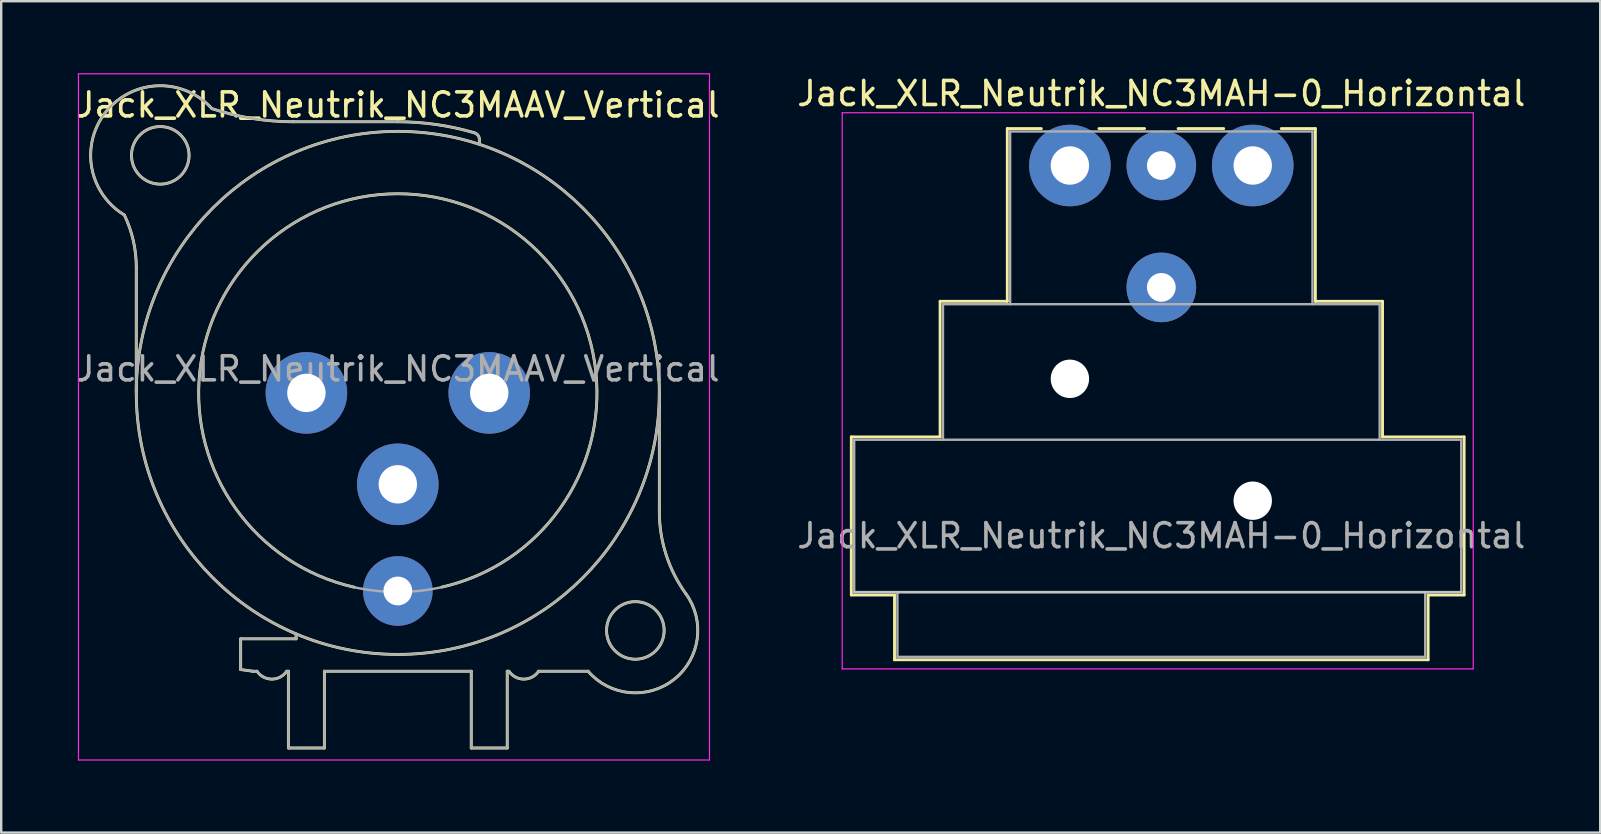
<source format=kicad_pcb>
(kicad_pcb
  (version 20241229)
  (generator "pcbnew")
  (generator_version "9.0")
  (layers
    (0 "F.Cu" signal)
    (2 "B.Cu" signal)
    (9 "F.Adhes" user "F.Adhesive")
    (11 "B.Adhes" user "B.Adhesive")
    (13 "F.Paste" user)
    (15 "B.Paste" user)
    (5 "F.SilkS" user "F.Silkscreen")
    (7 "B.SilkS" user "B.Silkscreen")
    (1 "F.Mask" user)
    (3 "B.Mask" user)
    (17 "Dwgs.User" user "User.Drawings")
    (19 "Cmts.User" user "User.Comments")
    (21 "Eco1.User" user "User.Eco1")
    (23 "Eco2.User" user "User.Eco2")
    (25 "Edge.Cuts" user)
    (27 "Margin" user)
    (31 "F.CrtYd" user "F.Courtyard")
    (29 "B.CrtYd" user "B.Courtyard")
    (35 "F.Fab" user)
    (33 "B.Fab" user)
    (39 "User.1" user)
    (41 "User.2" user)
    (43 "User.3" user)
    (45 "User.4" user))
  (footprint "Jack_XLR_Neutrik_NC3MAH-0_Horizontal"
    (layer "F.Cu")
    (at 41.541 3.848)
    (property "Reference" "Jack_XLR_Neutrik_NC3MAH-0_Horizontal" (at 3.81 -3 0) (layer "F.SilkS") (effects (font (size 1 1) (thickness 0.15))))
    (attr through_hole)
    (fp_line (start -9.11 11.31) (end -5.41 11.31) (stroke (width 0.12) (type solid)) (layer "F.SilkS"))
    (fp_line (start -9.11 17.9) (end -9.11 11.31) (stroke (width 0.12) (type solid)) (layer "F.SilkS"))
    (fp_line (start -7.31 17.9) (end -9.11 17.9) (stroke (width 0.12) (type solid)) (layer "F.SilkS"))
    (fp_line (start -7.31 17.9) (end -7.31 20.6) (stroke (width 0.12) (type solid)) (layer "F.SilkS"))
    (fp_line (start -5.41 11.31) (end -5.41 5.66) (stroke (width 0.12) (type solid)) (layer "F.SilkS"))
    (fp_line (start -2.61 5.66) (end -5.41 5.66) (stroke (width 0.12) (type solid)) (layer "F.SilkS"))
    (fp_line (start -2.61 5.66) (end -2.61 -1.54) (stroke (width 0.12) (type solid)) (layer "F.SilkS"))
    (fp_line (start -1.19 -1.54) (end -2.61 -1.54) (stroke (width 0.12) (type solid)) (layer "F.SilkS"))
    (fp_line (start 3.11 -1.54) (end 1.21 -1.54) (stroke (width 0.12) (type solid)) (layer "F.SilkS"))
    (fp_line (start 4.51 -1.54) (end 6.41 -1.54) (stroke (width 0.12) (type solid)) (layer "F.SilkS"))
    (fp_line (start 10.23 -1.54) (end 8.81 -1.54) (stroke (width 0.12) (type solid)) (layer "F.SilkS"))
    (fp_line (start 10.23 5.66) (end 10.23 -1.54) (stroke (width 0.12) (type solid)) (layer "F.SilkS"))
    (fp_line (start 10.23 5.66) (end 13.03 5.66) (stroke (width 0.12) (type solid)) (layer "F.SilkS"))
    (fp_line (start 13.03 11.31) (end 13.03 5.66) (stroke (width 0.12) (type solid)) (layer "F.SilkS"))
    (fp_line (start 13.03 11.31) (end 16.43 11.31) (stroke (width 0.12) (type solid)) (layer "F.SilkS"))
    (fp_line (start 14.93 17.9) (end 14.93 20.6) (stroke (width 0.12) (type solid)) (layer "F.SilkS"))
    (fp_line (start 14.93 20.6) (end -7.31 20.6) (stroke (width 0.12) (type solid)) (layer "F.SilkS"))
    (fp_line (start 16.43 17.9) (end 14.93 17.9) (stroke (width 0.12) (type solid)) (layer "F.SilkS"))
    (fp_line (start 16.43 17.9) (end 16.43 11.31) (stroke (width 0.12) (type solid)) (layer "F.SilkS"))
    (fp_line (start 16.31 17.78) (end -8.99 17.78) (stroke (width 0.1) (type solid)) (layer "Dwgs.User"))
    (fp_line (start -9.49 20.98) (end -9.49 -2.2) (stroke (width 0.05) (type solid)) (layer "F.CrtYd"))
    (fp_line (start 16.81 -2.2) (end -9.49 -2.2) (stroke (width 0.05) (type solid)) (layer "F.CrtYd"))
    (fp_line (start 16.81 20.98) (end -9.49 20.98) (stroke (width 0.05) (type solid)) (layer "F.CrtYd"))
    (fp_line (start 16.81 20.98) (end 16.81 -2.2) (stroke (width 0.05) (type solid)) (layer "F.CrtYd"))
    (fp_line (start -8.99 11.43) (end 16.31 11.43) (stroke (width 0.1) (type solid)) (layer "F.Fab"))
    (fp_line (start -8.99 17.78) (end -8.99 11.43) (stroke (width 0.1) (type solid)) (layer "F.Fab"))
    (fp_line (start -7.19 20.48) (end -7.19 17.78) (stroke (width 0.1) (type solid)) (layer "F.Fab"))
    (fp_line (start -5.29 5.78) (end -5.29 11.43) (stroke (width 0.1) (type solid)) (layer "F.Fab"))
    (fp_line (start -5.29 5.78) (end 12.91 5.78) (stroke (width 0.1) (type solid)) (layer "F.Fab"))
    (fp_line (start -2.49 5.78) (end -2.49 -1.42) (stroke (width 0.1) (type solid)) (layer "F.Fab"))
    (fp_line (start 10.11 -1.42) (end -2.49 -1.42) (stroke (width 0.1) (type solid)) (layer "F.Fab"))
    (fp_line (start 10.11 5.78) (end 10.11 -1.42) (stroke (width 0.1) (type solid)) (layer "F.Fab"))
    (fp_line (start 12.91 11.43) (end 12.91 5.78) (stroke (width 0.1) (type solid)) (layer "F.Fab"))
    (fp_line (start 14.81 17.78) (end 14.81 20.48) (stroke (width 0.1) (type solid)) (layer "F.Fab"))
    (fp_line (start 14.81 20.48) (end -7.19 20.48) (stroke (width 0.1) (type solid)) (layer "F.Fab"))
    (fp_line (start 16.31 11.43) (end 16.31 17.78) (stroke (width 0.1) (type solid)) (layer "F.Fab"))
    (fp_line (start 16.31 17.78) (end -8.99 17.78) (stroke (width 0.1) (type solid)) (layer "F.Fab"))
    (fp_text user "${REFERENCE}" (at 3.81 15.43 0) (layer "F.Fab") (effects (font (size 1 1) (thickness 0.15))))
    (pad "" np_thru_hole circle (at 0 8.89) (size 1.6 1.6) (drill 1.6) (layers "*.Cu" "*.Mask"))
    (pad "" np_thru_hole circle (at 7.62 13.97) (size 1.6 1.6) (drill 1.6) (layers "*.Cu" "*.Mask"))
    (pad "1" thru_hole circle (at 0 0) (size 3.4 3.4) (drill 1.6) (layers "*.Cu" "*.Mask"))
    (pad "2" thru_hole circle (at 7.62 0) (size 3.4 3.4) (drill 1.6) (layers "*.Cu" "*.Mask"))
    (pad "3" thru_hole circle (at 3.81 0) (size 2.9 2.9) (drill 1.2) (layers "*.Cu" "*.Mask"))
    (pad "G" thru_hole circle (at 3.81 5.08) (size 2.9 2.9) (drill 1.2) (layers "*.Cu" "*.Mask")))
  (footprint "Jack_XLR_Neutrik_NC3MAAV_Vertical"
    (layer "F.Cu")
    (at 9.72 13.325)
    (property "Reference" "Jack_XLR_Neutrik_NC3MAAV_Vertical" (at 3.81 -12 0) (layer "F.SilkS") (effects (font (size 1 1) (thickness 0.15))))
    (attr through_hole)
    (fp_line (start -7.09 -5.24) (end -7.09 0) (stroke (width 0.12) (type solid)) (layer "F.SilkS"))
    (fp_line (start -2.74 11.53) (end -2.74 10.25) (stroke (width 0.12) (type solid)) (layer "F.SilkS"))
    (fp_line (start -2.74 11.53) (end -2.24 11.6) (stroke (width 0.12) (type solid)) (layer "F.SilkS"))
    (fp_line (start -2.24 11.6) (end -2.06 11.6) (stroke (width 0.12) (type solid)) (layer "F.SilkS"))
    (fp_line (start -0.75 11.6) (end -0.82 11.6) (stroke (width 0.12) (type solid)) (layer "F.SilkS"))
    (fp_line (start -0.75 11.6) (end -0.75 14.8) (stroke (width 0.12) (type solid)) (layer "F.SilkS"))
    (fp_line (start -0.43 10.25) (end -2.74 10.25) (stroke (width 0.12) (type solid)) (layer "F.SilkS"))
    (fp_line (start -0.43 10.25) (end -0.43 10.05) (stroke (width 0.12) (type solid)) (layer "F.SilkS"))
    (fp_line (start 0.75 11.6) (end 0.75 14.8) (stroke (width 0.12) (type solid)) (layer "F.SilkS"))
    (fp_line (start 0.75 11.6) (end 6.87 11.6) (stroke (width 0.12) (type solid)) (layer "F.SilkS"))
    (fp_line (start 0.75 14.8) (end -0.75 14.8) (stroke (width 0.12) (type solid)) (layer "F.SilkS"))
    (fp_line (start 3.81 -11.3) (end -0.53 -11.3) (stroke (width 0.12) (type solid)) (layer "F.SilkS"))
    (fp_line (start 6.87 11.6) (end 6.87 14.8) (stroke (width 0.12) (type solid)) (layer "F.SilkS"))
    (fp_line (start 7.21 -10.36) (end 7.21 -10.55) (stroke (width 0.12) (type solid)) (layer "F.SilkS"))
    (fp_line (start 8.37 11.6) (end 8.37 14.8) (stroke (width 0.12) (type solid)) (layer "F.SilkS"))
    (fp_line (start 8.37 11.6) (end 8.44 11.6) (stroke (width 0.12) (type solid)) (layer "F.SilkS"))
    (fp_line (start 8.37 14.8) (end 6.87 14.8) (stroke (width 0.12) (type solid)) (layer "F.SilkS"))
    (fp_line (start 9.68 11.6) (end 11.74 11.6) (stroke (width 0.12) (type solid)) (layer "F.SilkS"))
    (fp_line (start 14.71 4.95) (end 14.71 0) (stroke (width 0.12) (type solid)) (layer "F.SilkS"))
    (fp_arc (start -7.588965 -7.414421) (mid -8.331551 -11.74403) (end -3.94 -11.85) (stroke (width 0.12) (type solid)) (layer "F.SilkS"))
    (fp_arc (start -7.584615 -7.408295) (mid -7.215222 -6.351997) (end -7.09 -5.24) (stroke (width 0.12) (type solid)) (layer "F.SilkS"))
    (fp_arc (start -0.820521 11.600769) (mid -1.440464 11.928866) (end -2.06 11.6) (stroke (width 0.12) (type solid)) (layer "F.SilkS"))
    (fp_arc (start -0.53 -11.3) (mid -2.253923 -11.43719) (end -3.934451 -11.845305) (stroke (width 0.12) (type solid)) (layer "F.SilkS"))
    (fp_arc (start 2 8.1) (mid 3.802206 -8.299761) (end 5.635209 8.096586) (stroke (width 0.12) (type solid)) (layer "F.SilkS"))
    (fp_arc (start 3.81 -11.3) (mid 5.421707 -11.184471) (end 7.000458 -10.840248) (stroke (width 0.12) (type solid)) (layer "F.SilkS"))
    (fp_arc (start 7.004232 -10.837678) (mid 7.156013 -10.728814) (end 7.21 -10.55) (stroke (width 0.12) (type solid)) (layer "F.SilkS"))
    (fp_arc (start 9.679479 11.600769) (mid 9.059536 11.928866) (end 8.44 11.6) (stroke (width 0.12) (type solid)) (layer "F.SilkS"))
    (fp_arc (start 15.815277 8.372002) (mid 14.993173 6.748036) (end 14.71 4.95) (stroke (width 0.12) (type solid)) (layer "F.SilkS"))
    (fp_arc (start 15.815343 8.370807) (mid 15.326014 11.93946) (end 11.74 11.6) (stroke (width 0.12) (type solid)) (layer "F.SilkS"))
    (fp_circle (center -6.09 -9.9) (end -4.89 -9.9) (stroke (width 0.12) (type solid)) (fill no) (layer "F.SilkS"))
    (fp_circle (center 3.81 0) (end 14.71 0) (stroke (width 0.12) (type solid)) (fill no) (layer "F.SilkS"))
    (fp_circle (center 13.71 9.9) (end 14.91 9.9) (stroke (width 0.12) (type solid)) (fill no) (layer "F.SilkS"))
    (fp_line (start -9.5 -13.3) (end 16.8 -13.3) (stroke (width 0.05) (type solid)) (layer "F.CrtYd"))
    (fp_line (start -9.5 15.3) (end -9.5 -13.3) (stroke (width 0.05) (type solid)) (layer "F.CrtYd"))
    (fp_line (start 16.8 -13.3) (end 16.8 15.3) (stroke (width 0.05) (type solid)) (layer "F.CrtYd"))
    (fp_line (start 16.8 15.3) (end -9.5 15.3) (stroke (width 0.05) (type solid)) (layer "F.CrtYd"))
    (fp_line (start -7.09 -5.24) (end -7.09 0) (stroke (width 0.1) (type solid)) (layer "F.Fab"))
    (fp_line (start -2.74 11.53) (end -2.74 10.25) (stroke (width 0.1) (type solid)) (layer "F.Fab"))
    (fp_line (start -2.74 11.53) (end -2.24 11.6) (stroke (width 0.1) (type solid)) (layer "F.Fab"))
    (fp_line (start -2.24 11.6) (end -2.06 11.6) (stroke (width 0.1) (type solid)) (layer "F.Fab"))
    (fp_line (start -0.75 11.6) (end -0.82 11.6) (stroke (width 0.1) (type solid)) (layer "F.Fab"))
    (fp_line (start -0.75 11.6) (end -0.75 14.8) (stroke (width 0.1) (type solid)) (layer "F.Fab"))
    (fp_line (start -0.43 10.25) (end -2.74 10.25) (stroke (width 0.1) (type solid)) (layer "F.Fab"))
    (fp_line (start -0.43 10.25) (end -0.43 10.05) (stroke (width 0.1) (type solid)) (layer "F.Fab"))
    (fp_line (start 0.75 11.6) (end 0.75 14.8) (stroke (width 0.1) (type solid)) (layer "F.Fab"))
    (fp_line (start 0.75 11.6) (end 6.87 11.6) (stroke (width 0.1) (type solid)) (layer "F.Fab"))
    (fp_line (start 0.75 14.8) (end -0.75 14.8) (stroke (width 0.1) (type solid)) (layer "F.Fab"))
    (fp_line (start 3.81 -11.3) (end -0.53 -11.3) (stroke (width 0.1) (type solid)) (layer "F.Fab"))
    (fp_line (start 6.87 11.6) (end 6.87 14.8) (stroke (width 0.1) (type solid)) (layer "F.Fab"))
    (fp_line (start 7.21 -10.36) (end 7.21 -10.55) (stroke (width 0.1) (type solid)) (layer "F.Fab"))
    (fp_line (start 8.37 11.6) (end 8.37 14.8) (stroke (width 0.1) (type solid)) (layer "F.Fab"))
    (fp_line (start 8.37 11.6) (end 8.44 11.6) (stroke (width 0.1) (type solid)) (layer "F.Fab"))
    (fp_line (start 8.37 14.8) (end 6.87 14.8) (stroke (width 0.1) (type solid)) (layer "F.Fab"))
    (fp_line (start 9.68 11.6) (end 11.74 11.6) (stroke (width 0.1) (type solid)) (layer "F.Fab"))
    (fp_line (start 14.71 4.95) (end 14.71 0) (stroke (width 0.1) (type solid)) (layer "F.Fab"))
    (fp_arc (start -7.588965 -7.414421) (mid -8.331551 -11.74403) (end -3.94 -11.85) (stroke (width 0.1) (type solid)) (layer "F.Fab"))
    (fp_arc (start -7.584615 -7.408295) (mid -7.215222 -6.351997) (end -7.09 -5.24) (stroke (width 0.1) (type solid)) (layer "F.Fab"))
    (fp_arc (start -0.820521 11.600769) (mid -1.440464 11.928866) (end -2.06 11.6) (stroke (width 0.1) (type solid)) (layer "F.Fab"))
    (fp_arc (start -0.53 -11.3) (mid -2.253923 -11.43719) (end -3.934451 -11.845305) (stroke (width 0.1) (type solid)) (layer "F.Fab"))
    (fp_arc (start 3.81 -11.3) (mid 5.421707 -11.184471) (end 7.000458 -10.840248) (stroke (width 0.1) (type solid)) (layer "F.Fab"))
    (fp_arc (start 7.004232 -10.837678) (mid 7.156013 -10.728814) (end 7.21 -10.55) (stroke (width 0.1) (type solid)) (layer "F.Fab"))
    (fp_arc (start 9.679479 11.600769) (mid 9.059536 11.928866) (end 8.44 11.6) (stroke (width 0.1) (type solid)) (layer "F.Fab"))
    (fp_arc (start 15.815277 8.372002) (mid 14.993173 6.748036) (end 14.71 4.95) (stroke (width 0.1) (type solid)) (layer "F.Fab"))
    (fp_arc (start 15.815343 8.370807) (mid 15.326014 11.93946) (end 11.74 11.6) (stroke (width 0.1) (type solid)) (layer "F.Fab"))
    (fp_circle (center -6.09 -9.9) (end -4.89 -9.9) (stroke (width 0.1) (type solid)) (fill no) (layer "F.Fab"))
    (fp_circle (center 3.81 0) (end 12.11 0) (stroke (width 0.1) (type solid)) (fill no) (layer "F.Fab"))
    (fp_circle (center 3.81 0) (end 14.71 0) (stroke (width 0.1) (type solid)) (fill no) (layer "F.Fab"))
    (fp_circle (center 13.71 9.9) (end 14.91 9.9) (stroke (width 0.1) (type solid)) (fill no) (layer "F.Fab"))
    (fp_text user "${REFERENCE}" (at 3.81 -1 0) (layer "F.Fab") (effects (font (size 1 1) (thickness 0.15))))
    (pad "1" thru_hole circle (at 0 0) (size 3.4 3.4) (drill 1.6) (layers "*.Cu" "*.Mask"))
    (pad "2" thru_hole circle (at 7.62 0) (size 3.4 3.4) (drill 1.6) (layers "*.Cu" "*.Mask"))
    (pad "3" thru_hole circle (at 3.81 3.81) (size 3.4 3.4) (drill 1.6) (layers "*.Cu" "*.Mask"))
    (pad "G" thru_hole circle (at 3.81 8.255) (size 2.9 2.9) (drill 1.2) (layers "*.Cu" "*.Mask")))
  (gr_rect
    (start -3 -3)
    (end 63.643 31.65)
    (stroke (width 0.1) (type default))
    (fill no)
    (layer "Edge.Cuts")))
</source>
